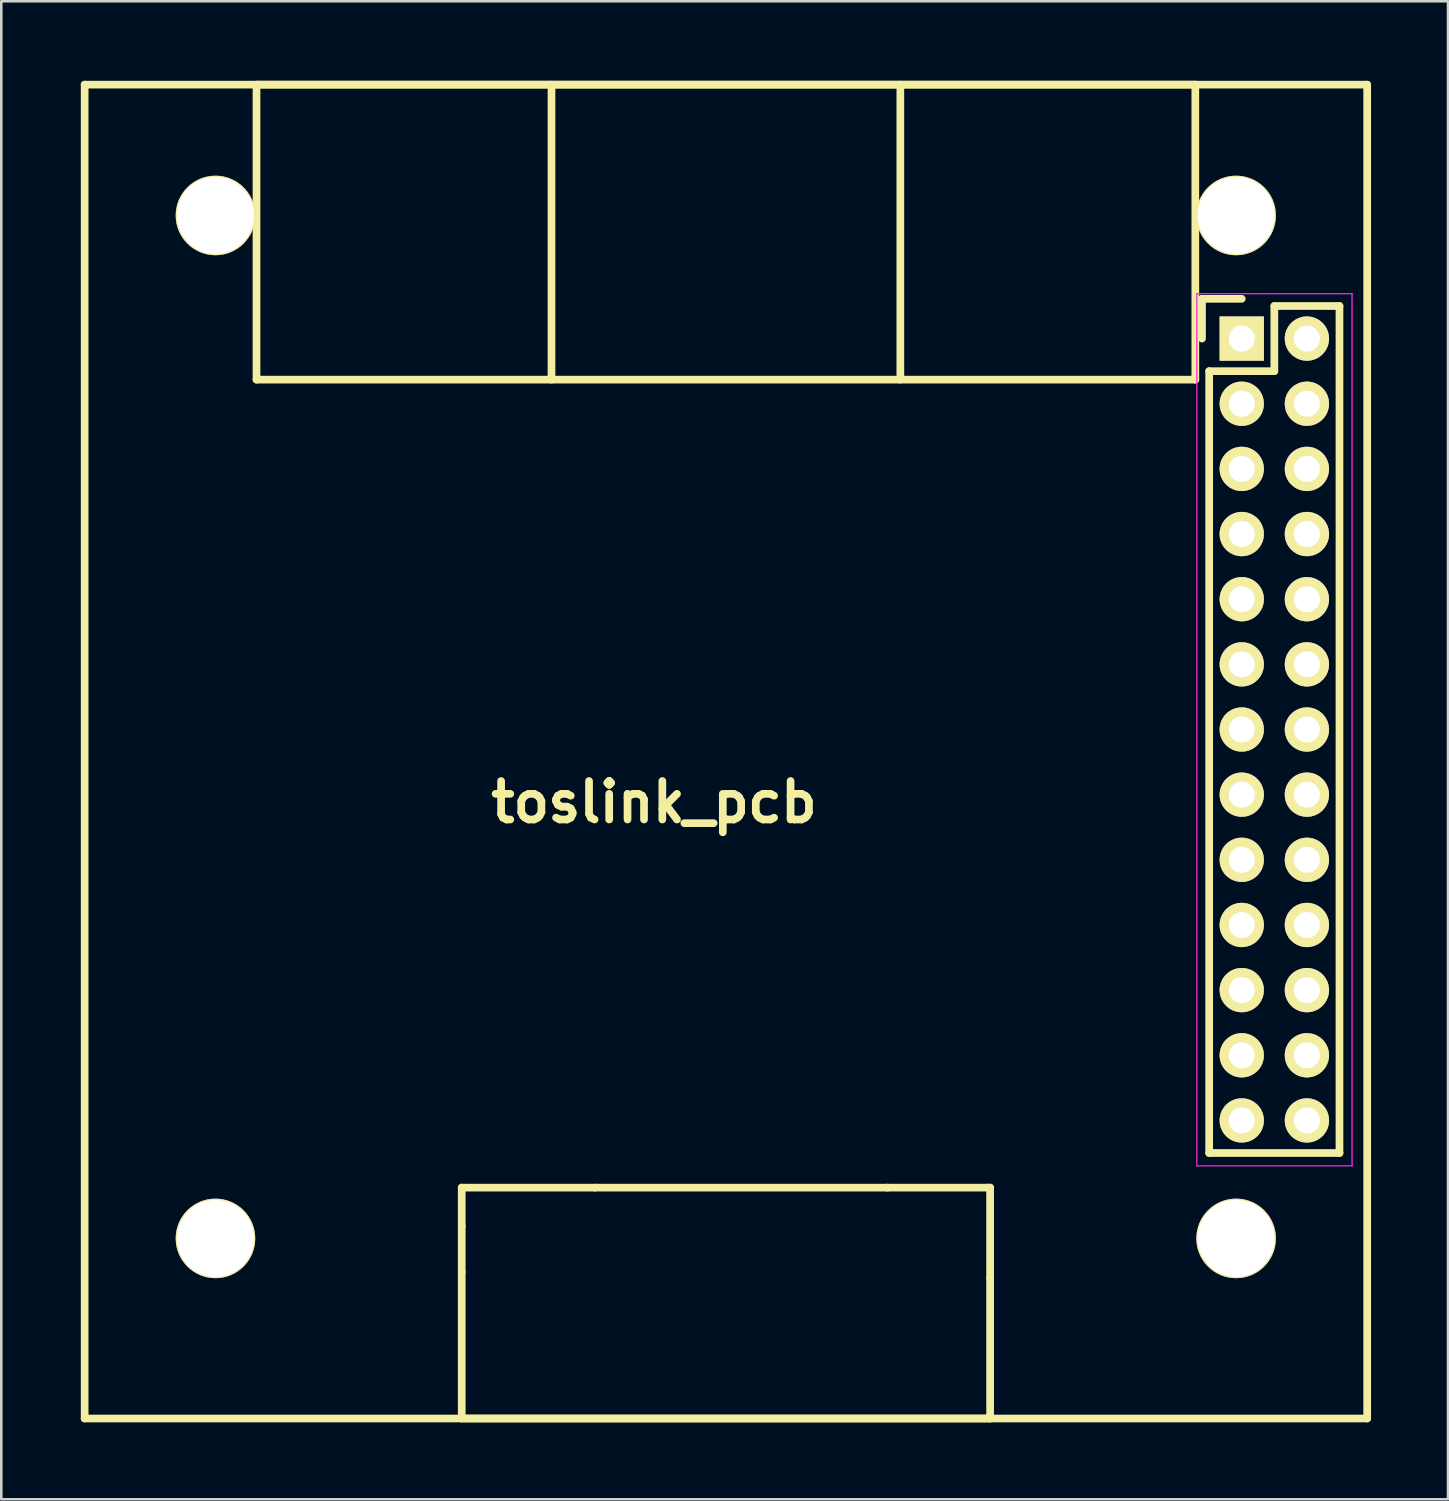
<source format=kicad_pcb>
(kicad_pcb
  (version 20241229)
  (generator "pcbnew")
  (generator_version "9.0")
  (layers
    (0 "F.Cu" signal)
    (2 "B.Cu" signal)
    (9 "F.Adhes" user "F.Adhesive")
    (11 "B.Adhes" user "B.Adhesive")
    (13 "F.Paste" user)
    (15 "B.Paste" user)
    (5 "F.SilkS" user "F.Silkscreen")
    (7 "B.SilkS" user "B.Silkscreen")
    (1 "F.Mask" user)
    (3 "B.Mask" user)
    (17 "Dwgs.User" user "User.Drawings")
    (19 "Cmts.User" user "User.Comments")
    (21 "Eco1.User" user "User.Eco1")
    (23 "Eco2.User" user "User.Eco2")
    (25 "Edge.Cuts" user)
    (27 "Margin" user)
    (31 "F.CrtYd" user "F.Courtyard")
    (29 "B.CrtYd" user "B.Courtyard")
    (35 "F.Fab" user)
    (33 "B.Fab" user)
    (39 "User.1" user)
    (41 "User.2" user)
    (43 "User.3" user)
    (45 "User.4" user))
  (footprint "toslink_pcb"
    (layer "F.Cu")
    (at 0.25 0.25)
    (property "Reference" "toslink_pcb" (at 22.2 27.97 0) (layer "F.SilkS") (effects (font (size 1.5 1.5) (thickness 0.3))))
    (attr through_hole)
    (fp_line (start 0 0) (end 0 52) (stroke (width 0.3) (type solid)) (layer "F.SilkS"))
    (fp_line (start 0 0) (end 50 0) (stroke (width 0.3) (type solid)) (layer "F.SilkS"))
    (fp_line (start 0 52) (end 50 52) (stroke (width 0.3) (type solid)) (layer "F.SilkS"))
    (fp_line (start 6.7 0) (end 43.3 0) (stroke (width 0.3) (type solid)) (layer "F.SilkS"))
    (fp_line (start 6.7 11.5) (end 6.7 0) (stroke (width 0.3) (type solid)) (layer "F.SilkS"))
    (fp_line (start 6.7 11.5) (end 43.3 11.5) (stroke (width 0.3) (type solid)) (layer "F.SilkS"))
    (fp_line (start 14.7 43) (end 14.7 44.5) (stroke (width 0.3) (type solid)) (layer "F.SilkS"))
    (fp_line (start 14.7 46.3) (end 14.7 44.5) (stroke (width 0.3) (type solid)) (layer "F.SilkS"))
    (fp_line (start 14.7 46.3) (end 14.7 52) (stroke (width 0.3) (type solid)) (layer "F.SilkS"))
    (fp_line (start 14.7 52) (end 35.3 52) (stroke (width 0.3) (type solid)) (layer "F.SilkS"))
    (fp_line (start 18.2 0) (end 18.2 11.5) (stroke (width 0.3) (type solid)) (layer "F.SilkS"))
    (fp_line (start 19.9 43) (end 14.7 43) (stroke (width 0.3) (type solid)) (layer "F.SilkS"))
    (fp_line (start 19.9 43) (end 31.3 43) (stroke (width 0.3) (type solid)) (layer "F.SilkS"))
    (fp_line (start 31.3 43) (end 35.2 43) (stroke (width 0.3) (type solid)) (layer "F.SilkS"))
    (fp_line (start 31.8 0) (end 31.8 11.5) (stroke (width 0.3) (type solid)) (layer "F.SilkS"))
    (fp_line (start 35.2 43) (end 35.3 43) (stroke (width 0.3) (type solid)) (layer "F.SilkS"))
    (fp_line (start 35.3 43) (end 35.3 46.5) (stroke (width 0.3) (type solid)) (layer "F.SilkS"))
    (fp_line (start 35.3 46.5) (end 35.3 52) (stroke (width 0.3) (type solid)) (layer "F.SilkS"))
    (fp_line (start 43.3 11.5) (end 43.3 0) (stroke (width 0.3) (type solid)) (layer "F.SilkS"))
    (fp_line (start 43.56 8.35) (end 45.11 8.35) (stroke (width 0.3) (type solid)) (layer "F.SilkS"))
    (fp_line (start 43.56 9.9) (end 43.56 8.35) (stroke (width 0.3) (type solid)) (layer "F.SilkS"))
    (fp_line (start 43.84 11.17) (end 43.84 41.65) (stroke (width 0.3) (type solid)) (layer "F.SilkS"))
    (fp_line (start 46.38 8.63) (end 46.38 11.17) (stroke (width 0.3) (type solid)) (layer "F.SilkS"))
    (fp_line (start 46.38 11.17) (end 43.84 11.17) (stroke (width 0.3) (type solid)) (layer "F.SilkS"))
    (fp_line (start 48.92 8.63) (end 46.38 8.63) (stroke (width 0.3) (type solid)) (layer "F.SilkS"))
    (fp_line (start 48.92 8.63) (end 48.92 41.65) (stroke (width 0.3) (type solid)) (layer "F.SilkS"))
    (fp_line (start 48.92 41.65) (end 43.84 41.65) (stroke (width 0.3) (type solid)) (layer "F.SilkS"))
    (fp_line (start 50 0) (end 50 52) (stroke (width 0.3) (type solid)) (layer "F.SilkS"))
    (fp_line (start 43.36 8.15) (end 43.36 42.15) (stroke (width 0.05) (type solid)) (layer "F.CrtYd"))
    (fp_line (start 43.36 8.15) (end 49.41 8.15) (stroke (width 0.05) (type solid)) (layer "F.CrtYd"))
    (fp_line (start 43.36 42.15) (end 49.41 42.15) (stroke (width 0.05) (type solid)) (layer "F.CrtYd"))
    (fp_line (start 49.41 8.15) (end 49.41 42.15) (stroke (width 0.05) (type solid)) (layer "F.CrtYd"))
    (pad "" thru_hole circle (at 5.1 5.1) (size 3.1 3.1) (drill 3) (layers "*.Cu" "*.Mask" "F.SilkS"))
    (pad "" thru_hole circle (at 5.1 44.98) (size 3.1 3.1) (drill 3) (layers "*.Cu" "*.Mask" "F.SilkS"))
    (pad "" thru_hole circle (at 44.89 5.1) (size 3.1 3.1) (drill 3) (layers "*.Cu" "*.Mask" "F.SilkS"))
    (pad "" thru_hole circle (at 44.89 44.98) (size 3.1 3.1) (drill 3) (layers "*.Cu" "*.Mask" "F.SilkS"))
    (pad "1" thru_hole rect (at 45.11 9.9 270) (size 1.727 1.727) (drill 1.016) (layers "*.Cu" "*.Mask" "F.SilkS"))
    (pad "2" thru_hole oval (at 47.65 9.9 270) (size 1.727 1.727) (drill 1.016) (layers "*.Cu" "*.Mask" "F.SilkS"))
    (pad "3" thru_hole oval (at 45.11 12.44 270) (size 1.727 1.727) (drill 1.016) (layers "*.Cu" "*.Mask" "F.SilkS"))
    (pad "4" thru_hole oval (at 47.65 12.44 270) (size 1.727 1.727) (drill 1.016) (layers "*.Cu" "*.Mask" "F.SilkS"))
    (pad "5" thru_hole oval (at 45.11 14.98 270) (size 1.727 1.727) (drill 1.016) (layers "*.Cu" "*.Mask" "F.SilkS"))
    (pad "6" thru_hole oval (at 47.65 14.98 270) (size 1.727 1.727) (drill 1.016) (layers "*.Cu" "*.Mask" "F.SilkS"))
    (pad "7" thru_hole oval (at 45.11 17.52 270) (size 1.727 1.727) (drill 1.016) (layers "*.Cu" "*.Mask" "F.SilkS"))
    (pad "8" thru_hole oval (at 47.65 17.52 270) (size 1.727 1.727) (drill 1.016) (layers "*.Cu" "*.Mask" "F.SilkS"))
    (pad "9" thru_hole oval (at 45.11 20.06 270) (size 1.727 1.727) (drill 1.016) (layers "*.Cu" "*.Mask" "F.SilkS"))
    (pad "10" thru_hole oval (at 47.65 20.06 270) (size 1.727 1.727) (drill 1.016) (layers "*.Cu" "*.Mask" "F.SilkS"))
    (pad "11" thru_hole oval (at 45.11 22.6 270) (size 1.727 1.727) (drill 1.016) (layers "*.Cu" "*.Mask" "F.SilkS"))
    (pad "12" thru_hole oval (at 47.65 22.6 270) (size 1.727 1.727) (drill 1.016) (layers "*.Cu" "*.Mask" "F.SilkS"))
    (pad "13" thru_hole oval (at 45.11 25.14 270) (size 1.727 1.727) (drill 1.016) (layers "*.Cu" "*.Mask" "F.SilkS"))
    (pad "14" thru_hole oval (at 47.65 25.14 270) (size 1.727 1.727) (drill 1.016) (layers "*.Cu" "*.Mask" "F.SilkS"))
    (pad "15" thru_hole oval (at 45.11 27.68 270) (size 1.727 1.727) (drill 1.016) (layers "*.Cu" "*.Mask" "F.SilkS"))
    (pad "16" thru_hole oval (at 47.65 27.68 270) (size 1.727 1.727) (drill 1.016) (layers "*.Cu" "*.Mask" "F.SilkS"))
    (pad "17" thru_hole oval (at 45.11 30.22 270) (size 1.727 1.727) (drill 1.016) (layers "*.Cu" "*.Mask" "F.SilkS"))
    (pad "18" thru_hole oval (at 47.65 30.22 270) (size 1.727 1.727) (drill 1.016) (layers "*.Cu" "*.Mask" "F.SilkS"))
    (pad "19" thru_hole oval (at 45.11 32.76 270) (size 1.727 1.727) (drill 1.016) (layers "*.Cu" "*.Mask" "F.SilkS"))
    (pad "20" thru_hole oval (at 47.65 32.76 270) (size 1.727 1.727) (drill 1.016) (layers "*.Cu" "*.Mask" "F.SilkS"))
    (pad "21" thru_hole oval (at 45.11 35.3 270) (size 1.727 1.727) (drill 1.016) (layers "*.Cu" "*.Mask" "F.SilkS"))
    (pad "22" thru_hole oval (at 47.65 35.3 270) (size 1.727 1.727) (drill 1.016) (layers "*.Cu" "*.Mask" "F.SilkS"))
    (pad "23" thru_hole oval (at 45.11 37.84 270) (size 1.727 1.727) (drill 1.016) (layers "*.Cu" "*.Mask" "F.SilkS"))
    (pad "24" thru_hole oval (at 47.65 37.84 270) (size 1.727 1.727) (drill 1.016) (layers "*.Cu" "*.Mask" "F.SilkS"))
    (pad "25" thru_hole oval (at 45.11 40.38 270) (size 1.727 1.727) (drill 1.016) (layers "*.Cu" "*.Mask" "F.SilkS"))
    (pad "26" thru_hole oval (at 47.65 40.38 270) (size 1.727 1.727) (drill 1.016) (layers "*.Cu" "*.Mask" "F.SilkS")))
  (gr_rect
    (start -3 -3)
    (end 53.4 55.4)
    (stroke (width 0.1) (type default))
    (fill no)
    (layer "Edge.Cuts")))
</source>
